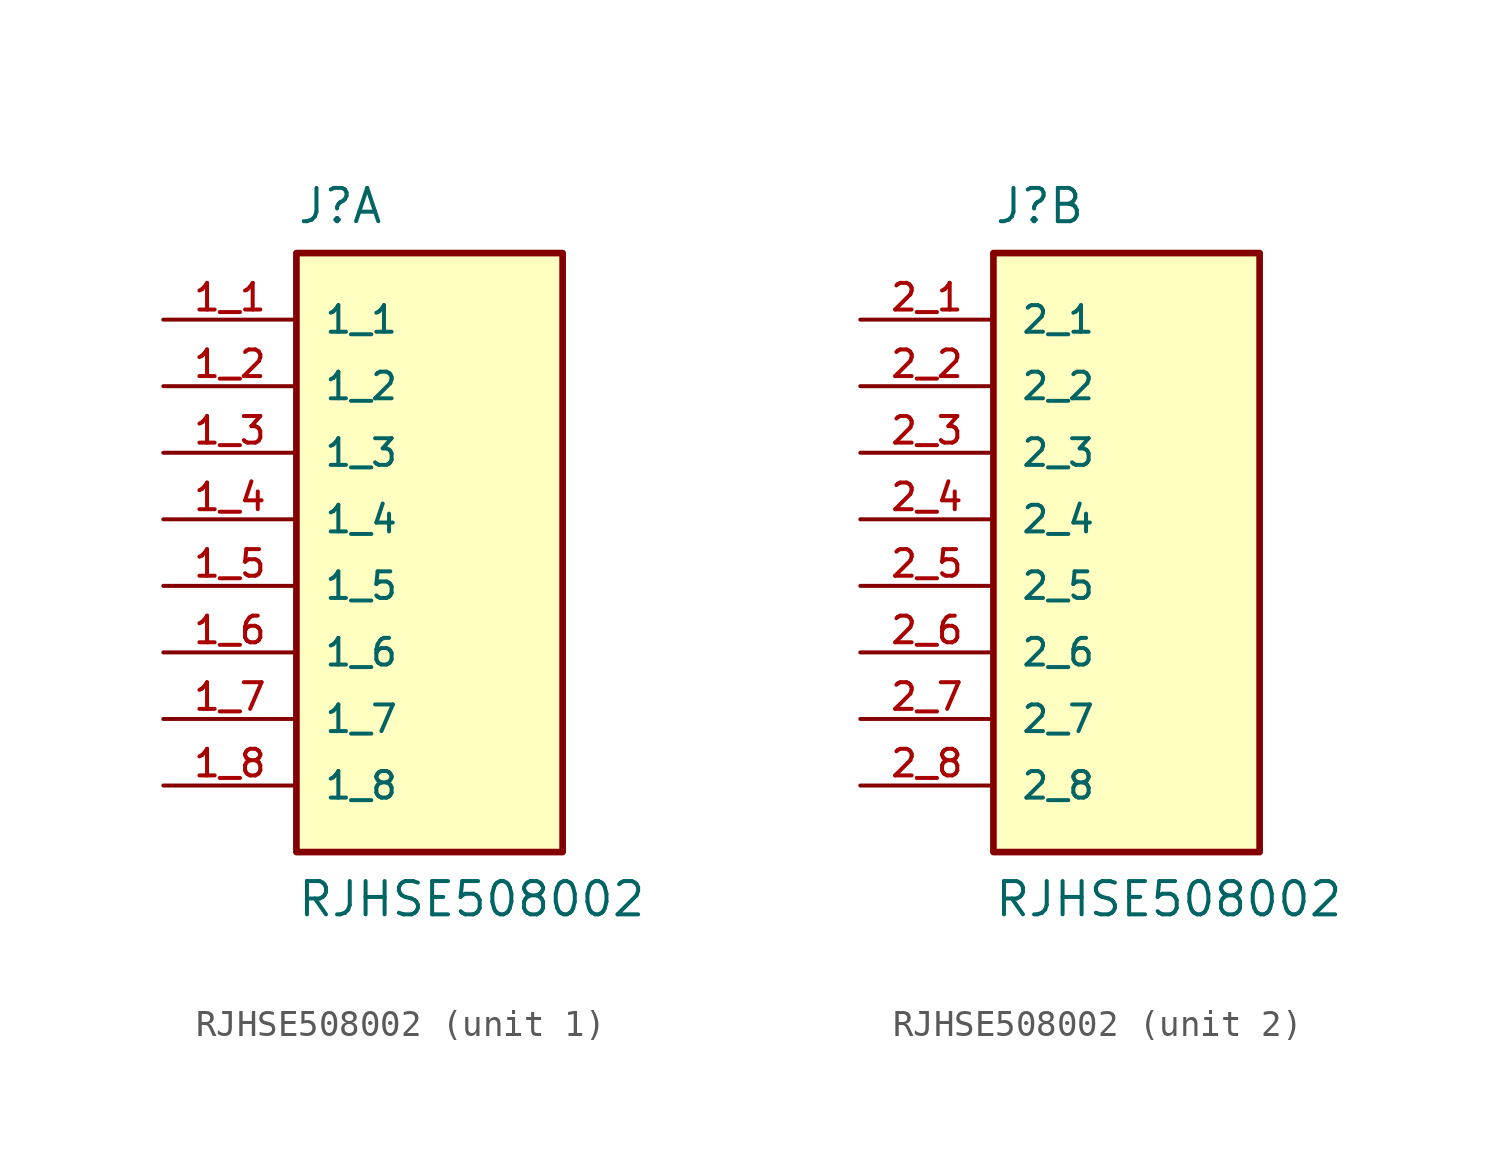
<source format=kicad_sym>
(kicad_symbol_lib
  (version 20211014)
  (generator kicad_symbol_editor)
  (symbol "RJHSE508002"
    (pin_names
      (offset 1.016))
    (property "Reference" "J"
      (at -5.08 12.7 0)
      (effects (font (size 1.27 1.27)) (justify top left)))
    (property "Value" "RJHSE508002"
      (at -5.08 -15.24 0)
      (effects (font (size 1.27 1.27)) (justify bottom left)))
    (symbol "RJHSE508002_1_0"
      (rectangle (start -5.08 -12.7) (end 5.08 10.16) (stroke (width 0.254)) (fill (type background)))
      (pin passive line (at -10.16 7.62 0) (length 5.08) (name "1_1" (effects (font (size 1.016 1.016)))) (number "1_1" (effects (font (size 1.016 1.016)))))
      (pin passive line (at -10.16 5.08 0) (length 5.08) (name "1_2" (effects (font (size 1.016 1.016)))) (number "1_2" (effects (font (size 1.016 1.016)))))
      (pin passive line (at -10.16 2.54 0) (length 5.08) (name "1_3" (effects (font (size 1.016 1.016)))) (number "1_3" (effects (font (size 1.016 1.016)))))
      (pin passive line (at -10.16 0.0 0) (length 5.08) (name "1_4" (effects (font (size 1.016 1.016)))) (number "1_4" (effects (font (size 1.016 1.016)))))
      (pin passive line (at -10.16 -2.54 0) (length 5.08) (name "1_5" (effects (font (size 1.016 1.016)))) (number "1_5" (effects (font (size 1.016 1.016)))))
      (pin passive line (at -10.16 -5.08 0) (length 5.08) (name "1_6" (effects (font (size 1.016 1.016)))) (number "1_6" (effects (font (size 1.016 1.016)))))
      (pin passive line (at -10.16 -7.62 0) (length 5.08) (name "1_7" (effects (font (size 1.016 1.016)))) (number "1_7" (effects (font (size 1.016 1.016)))))
      (pin passive line (at -10.16 -10.16 0) (length 5.08) (name "1_8" (effects (font (size 1.016 1.016)))) (number "1_8" (effects (font (size 1.016 1.016))))))
    (symbol "RJHSE508002_2_0"
      (rectangle (start -5.08 -12.7) (end 5.08 10.16) (stroke (width 0.254)) (fill (type background)))
      (pin passive line (at -10.16 7.62 0) (length 5.08) (name "2_1" (effects (font (size 1.016 1.016)))) (number "2_1" (effects (font (size 1.016 1.016)))))
      (pin passive line (at -10.16 5.08 0) (length 5.08) (name "2_2" (effects (font (size 1.016 1.016)))) (number "2_2" (effects (font (size 1.016 1.016)))))
      (pin passive line (at -10.16 2.54 0) (length 5.08) (name "2_3" (effects (font (size 1.016 1.016)))) (number "2_3" (effects (font (size 1.016 1.016)))))
      (pin passive line (at -10.16 0.0 0) (length 5.08) (name "2_4" (effects (font (size 1.016 1.016)))) (number "2_4" (effects (font (size 1.016 1.016)))))
      (pin passive line (at -10.16 -2.54 0) (length 5.08) (name "2_5" (effects (font (size 1.016 1.016)))) (number "2_5" (effects (font (size 1.016 1.016)))))
      (pin passive line (at -10.16 -5.08 0) (length 5.08) (name "2_6" (effects (font (size 1.016 1.016)))) (number "2_6" (effects (font (size 1.016 1.016)))))
      (pin passive line (at -10.16 -7.62 0) (length 5.08) (name "2_7" (effects (font (size 1.016 1.016)))) (number "2_7" (effects (font (size 1.016 1.016)))))
      (pin passive line (at -10.16 -10.16 0) (length 5.08) (name "2_8" (effects (font (size 1.016 1.016)))) (number "2_8" (effects (font (size 1.016 1.016))))))))
</source>
